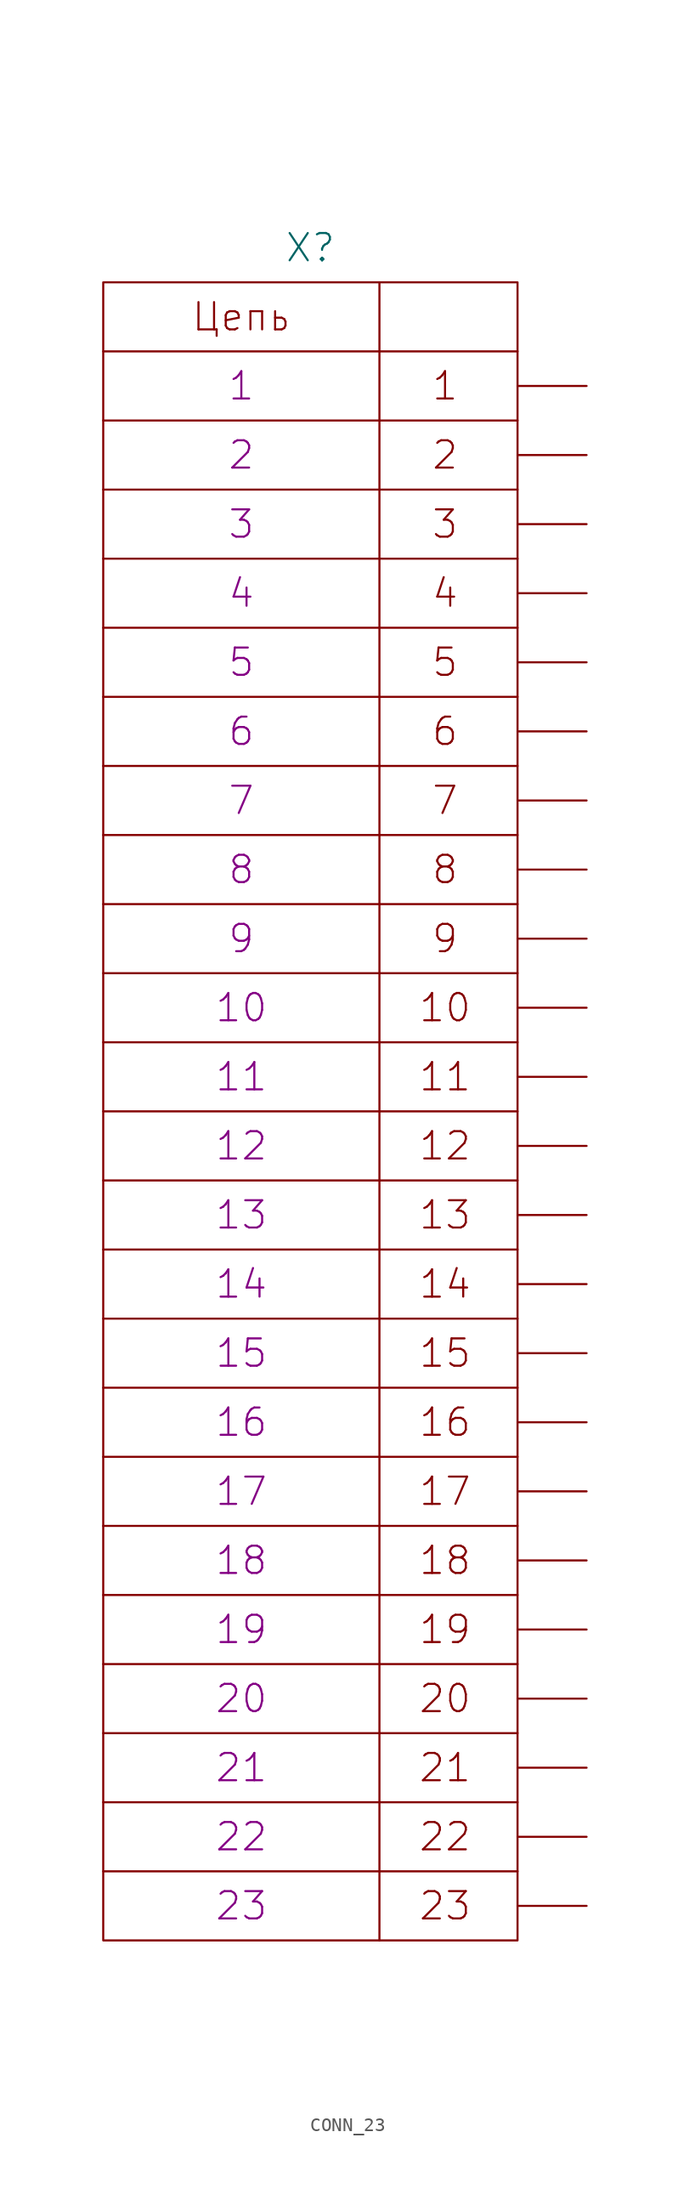
<source format=kicad_sym>
(kicad_symbol_lib
  (version 20231120)
  (generator "kicad_symbol_editor")
  (generator_version "8.0")
  (symbol "CONN_23"
    (pin_numbers hide)
    (pin_names
      (offset 0) hide)
    (property "Reference" "X"
      (at 0 63.5 0)
      (effects (font (size 2.007 2.007))))
    (property "PIN1" "1"
      (at -5.08 53.34 0)
      (effects (font (size 2.007 2.007))))
    (property "PIN2" "2"
      (at -5.08 48.26 0)
      (effects (font (size 2.007 2.007))))
    (property "PIN3" "3"
      (at -5.08 43.18 0)
      (effects (font (size 2.007 2.007))))
    (property "PIN4" "4"
      (at -5.08 38.1 0)
      (effects (font (size 2.007 2.007))))
    (property "PIN5" "5"
      (at -5.08 33.02 0)
      (effects (font (size 2.007 2.007))))
    (property "PIN6" "6"
      (at -5.08 27.94 0)
      (effects (font (size 2.007 2.007))))
    (property "PIN7" "7"
      (at -5.08 22.86 0)
      (effects (font (size 2.007 2.007))))
    (property "PIN8" "8"
      (at -5.08 17.78 0)
      (effects (font (size 2.007 2.007))))
    (property "PIN9" "9"
      (at -5.08 12.7 0)
      (effects (font (size 2.007 2.007))))
    (property "PIN10" "10"
      (at -5.08 7.62 0)
      (effects (font (size 2.007 2.007))))
    (property "PIN11" "11"
      (at -5.08 2.54 0)
      (effects (font (size 2.007 2.007))))
    (property "PIN12" "12"
      (at -5.08 -2.54 0)
      (effects (font (size 2.007 2.007))))
    (property "PIN13" "13"
      (at -5.08 -7.62 0)
      (effects (font (size 2.007 2.007))))
    (property "PIN14" "14"
      (at -5.08 -12.7 0)
      (effects (font (size 2.007 2.007))))
    (property "PIN15" "15"
      (at -5.08 -17.78 0)
      (effects (font (size 2.007 2.007))))
    (property "PIN16" "16"
      (at -5.08 -22.86 0)
      (effects (font (size 2.007 2.007))))
    (property "PIN17" "17"
      (at -5.08 -27.94 0)
      (effects (font (size 2.007 2.007))))
    (property "PIN18" "18"
      (at -5.08 -33.02 0)
      (effects (font (size 2.007 2.007))))
    (property "PIN19" "19"
      (at -5.08 -38.1 0)
      (effects (font (size 2.007 2.007))))
    (property "PIN20" "20"
      (at -5.08 -43.18 0)
      (effects (font (size 2.007 2.007))))
    (property "PIN21" "21"
      (at -5.08 -48.26 0)
      (effects (font (size 2.007 2.007))))
    (property "PIN22" "22"
      (at -5.08 -53.34 0)
      (effects (font (size 2.007 2.007))))
    (property "PIN23" "23"
      (at -5.08 -58.42 0)
      (effects (font (size 2.007 2.007))))
    (symbol "CONN_23_0_0"
      (polyline (pts (xy -15.24 -55.88) (xy 15.24 -55.88)) (stroke (width 0) (type solid)) (fill (type none)))
      (polyline (pts (xy -15.24 -50.8) (xy 15.24 -50.8)) (stroke (width 0) (type solid)) (fill (type none)))
      (polyline (pts (xy -15.24 -45.72) (xy 15.24 -45.72)) (stroke (width 0) (type solid)) (fill (type none)))
      (polyline (pts (xy -15.24 -40.64) (xy 15.24 -40.64)) (stroke (width 0) (type solid)) (fill (type none)))
      (polyline (pts (xy -15.24 -35.56) (xy 15.24 -35.56)) (stroke (width 0) (type solid)) (fill (type none)))
      (polyline (pts (xy -15.24 -30.48) (xy 15.24 -30.48)) (stroke (width 0) (type solid)) (fill (type none)))
      (polyline (pts (xy -15.24 -25.4) (xy 15.24 -25.4)) (stroke (width 0) (type solid)) (fill (type none)))
      (polyline (pts (xy -15.24 -20.32) (xy 15.24 -20.32)) (stroke (width 0) (type solid)) (fill (type none)))
      (polyline (pts (xy -15.24 -15.24) (xy 15.24 -15.24)) (stroke (width 0) (type solid)) (fill (type none)))
      (polyline (pts (xy -15.24 -10.16) (xy 15.24 -10.16)) (stroke (width 0) (type solid)) (fill (type none)))
      (polyline (pts (xy -15.24 -5.08) (xy 15.24 -5.08)) (stroke (width 0) (type solid)) (fill (type none)))
      (polyline (pts (xy -15.24 0) (xy 15.24 0)) (stroke (width 0) (type solid)) (fill (type none)))
      (polyline (pts (xy -15.24 5.08) (xy 15.24 5.08)) (stroke (width 0) (type solid)) (fill (type none)))
      (polyline (pts (xy -15.24 10.16) (xy 15.24 10.16)) (stroke (width 0) (type solid)) (fill (type none)))
      (polyline (pts (xy -15.24 15.24) (xy 15.24 15.24)) (stroke (width 0) (type solid)) (fill (type none)))
      (polyline (pts (xy -15.24 20.32) (xy 15.24 20.32)) (stroke (width 0) (type solid)) (fill (type none)))
      (polyline (pts (xy -15.24 25.4) (xy 15.24 25.4)) (stroke (width 0) (type solid)) (fill (type none)))
      (polyline (pts (xy -15.24 30.48) (xy 15.24 30.48)) (stroke (width 0) (type solid)) (fill (type none)))
      (polyline (pts (xy -15.24 35.56) (xy 15.24 35.56)) (stroke (width 0) (type solid)) (fill (type none)))
      (polyline (pts (xy -15.24 40.64) (xy 15.24 40.64)) (stroke (width 0) (type solid)) (fill (type none)))
      (polyline (pts (xy -15.24 45.72) (xy 15.24 45.72)) (stroke (width 0) (type solid)) (fill (type none)))
      (polyline (pts (xy -15.24 50.8) (xy 15.24 50.8)) (stroke (width 0) (type solid)) (fill (type none)))
      (polyline (pts (xy -15.24 55.88) (xy 15.24 55.88)) (stroke (width 0) (type solid)) (fill (type none)))
      (polyline (pts (xy 5.08 60.96) (xy 5.08 -60.96)) (stroke (width 0) (type solid)) (fill (type none)))
      (rectangle (start 15.24 60.96) (end -15.24 -60.96) (stroke (width 0) (type solid)) (fill (type none))))
    (symbol "CONN_23_1_1"
      (text "1" (at 9.906 53.34 0) (effects (font (size 2.007 2.007))))
      (text "10" (at 9.906 7.62 0) (effects (font (size 2.007 2.007))))
      (text "11" (at 9.906 2.54 0) (effects (font (size 2.007 2.007))))
      (text "12" (at 9.906 -2.54 0) (effects (font (size 2.007 2.007))))
      (text "13" (at 9.906 -7.62 0) (effects (font (size 2.007 2.007))))
      (text "14" (at 9.906 -12.7 0) (effects (font (size 2.007 2.007))))
      (text "15" (at 9.906 -17.78 0) (effects (font (size 2.007 2.007))))
      (text "16" (at 9.906 -22.86 0) (effects (font (size 2.007 2.007))))
      (text "17" (at 9.906 -27.94 0) (effects (font (size 2.007 2.007))))
      (text "18" (at 9.906 -33.02 0) (effects (font (size 2.007 2.007))))
      (text "19" (at 9.906 -38.1 0) (effects (font (size 2.007 2.007))))
      (text "2" (at 9.906 48.26 0) (effects (font (size 2.007 2.007))))
      (text "20" (at 9.906 -43.18 0) (effects (font (size 2.007 2.007))))
      (text "21" (at 9.906 -48.26 0) (effects (font (size 2.007 2.007))))
      (text "22" (at 9.906 -53.34 0) (effects (font (size 2.007 2.007))))
      (text "23" (at 9.906 -58.42 0) (effects (font (size 2.007 2.007))))
      (text "3" (at 9.906 43.18 0) (effects (font (size 2.007 2.007))))
      (text "4" (at 9.906 38.1 0) (effects (font (size 2.007 2.007))))
      (text "5" (at 9.906 33.02 0) (effects (font (size 2.007 2.007))))
      (text "6" (at 9.906 27.94 0) (effects (font (size 2.007 2.007))))
      (text "7" (at 9.906 22.86 0) (effects (font (size 2.007 2.007))))
      (text "8" (at 9.906 17.78 0) (effects (font (size 2.007 2.007))))
      (text "9" (at 9.906 12.7 0) (effects (font (size 2.007 2.007))))
      (text "Цепь" (at -5.08 58.42 0) (effects (font (size 2.007 2.007))))
      (pin passive line (at 20.32 53.34 180) (length 5.08) (name "1" (effects (font (size 2.007 2.007)))) (number "1" (effects (font (size 2.007 2.007)))))
      (pin passive line (at 20.32 7.62 180) (length 5.08) (name "10" (effects (font (size 2.007 2.007)))) (number "10" (effects (font (size 2.007 2.007)))))
      (pin passive line (at 20.32 2.54 180) (length 5.08) (name "11" (effects (font (size 2.007 2.007)))) (number "11" (effects (font (size 2.007 2.007)))))
      (pin passive line (at 20.32 -2.54 180) (length 5.08) (name "12" (effects (font (size 2.007 2.007)))) (number "12" (effects (font (size 2.007 2.007)))))
      (pin passive line (at 20.32 -7.62 180) (length 5.08) (name "13" (effects (font (size 2.007 2.007)))) (number "13" (effects (font (size 2.007 2.007)))))
      (pin passive line (at 20.32 -12.7 180) (length 5.08) (name "14" (effects (font (size 2.007 2.007)))) (number "14" (effects (font (size 2.007 2.007)))))
      (pin passive line (at 20.32 -17.78 180) (length 5.08) (name "15" (effects (font (size 2.007 2.007)))) (number "15" (effects (font (size 2.007 2.007)))))
      (pin passive line (at 20.32 -22.86 180) (length 5.08) (name "16" (effects (font (size 2.007 2.007)))) (number "16" (effects (font (size 2.007 2.007)))))
      (pin passive line (at 20.32 -27.94 180) (length 5.08) (name "17" (effects (font (size 2.007 2.007)))) (number "17" (effects (font (size 2.007 2.007)))))
      (pin passive line (at 20.32 -33.02 180) (length 5.08) (name "18" (effects (font (size 2.007 2.007)))) (number "18" (effects (font (size 2.007 2.007)))))
      (pin passive line (at 20.32 -38.1 180) (length 5.08) (name "19" (effects (font (size 2.007 2.007)))) (number "19" (effects (font (size 2.007 2.007)))))
      (pin passive line (at 20.32 48.26 180) (length 5.08) (name "2" (effects (font (size 2.007 2.007)))) (number "2" (effects (font (size 2.007 2.007)))))
      (pin passive line (at 20.32 -43.18 180) (length 5.08) (name "20" (effects (font (size 2.007 2.007)))) (number "20" (effects (font (size 2.007 2.007)))))
      (pin passive line (at 20.32 -48.26 180) (length 5.08) (name "21" (effects (font (size 2.007 2.007)))) (number "21" (effects (font (size 2.007 2.007)))))
      (pin passive line (at 20.32 -53.34 180) (length 5.08) (name "22" (effects (font (size 2.007 2.007)))) (number "22" (effects (font (size 2.007 2.007)))))
      (pin passive line (at 20.32 -58.42 180) (length 5.08) (name "23" (effects (font (size 2.007 2.007)))) (number "23" (effects (font (size 2.007 2.007)))))
      (pin passive line (at 20.32 43.18 180) (length 5.08) (name "3" (effects (font (size 2.007 2.007)))) (number "3" (effects (font (size 2.007 2.007)))))
      (pin passive line (at 20.32 38.1 180) (length 5.08) (name "4" (effects (font (size 2.007 2.007)))) (number "4" (effects (font (size 2.007 2.007)))))
      (pin passive line (at 20.32 33.02 180) (length 5.08) (name "5" (effects (font (size 2.007 2.007)))) (number "5" (effects (font (size 2.007 2.007)))))
      (pin passive line (at 20.32 27.94 180) (length 5.08) (name "6" (effects (font (size 2.007 2.007)))) (number "6" (effects (font (size 2.007 2.007)))))
      (pin passive line (at 20.32 22.86 180) (length 5.08) (name "7" (effects (font (size 2.007 2.007)))) (number "7" (effects (font (size 2.007 2.007)))))
      (pin passive line (at 20.32 17.78 180) (length 5.08) (name "8" (effects (font (size 2.007 2.007)))) (number "8" (effects (font (size 2.007 2.007)))))
      (pin passive line (at 20.32 12.7 180) (length 5.08) (name "9" (effects (font (size 2.007 2.007)))) (number "9" (effects (font (size 2.007 2.007))))))))
</source>
